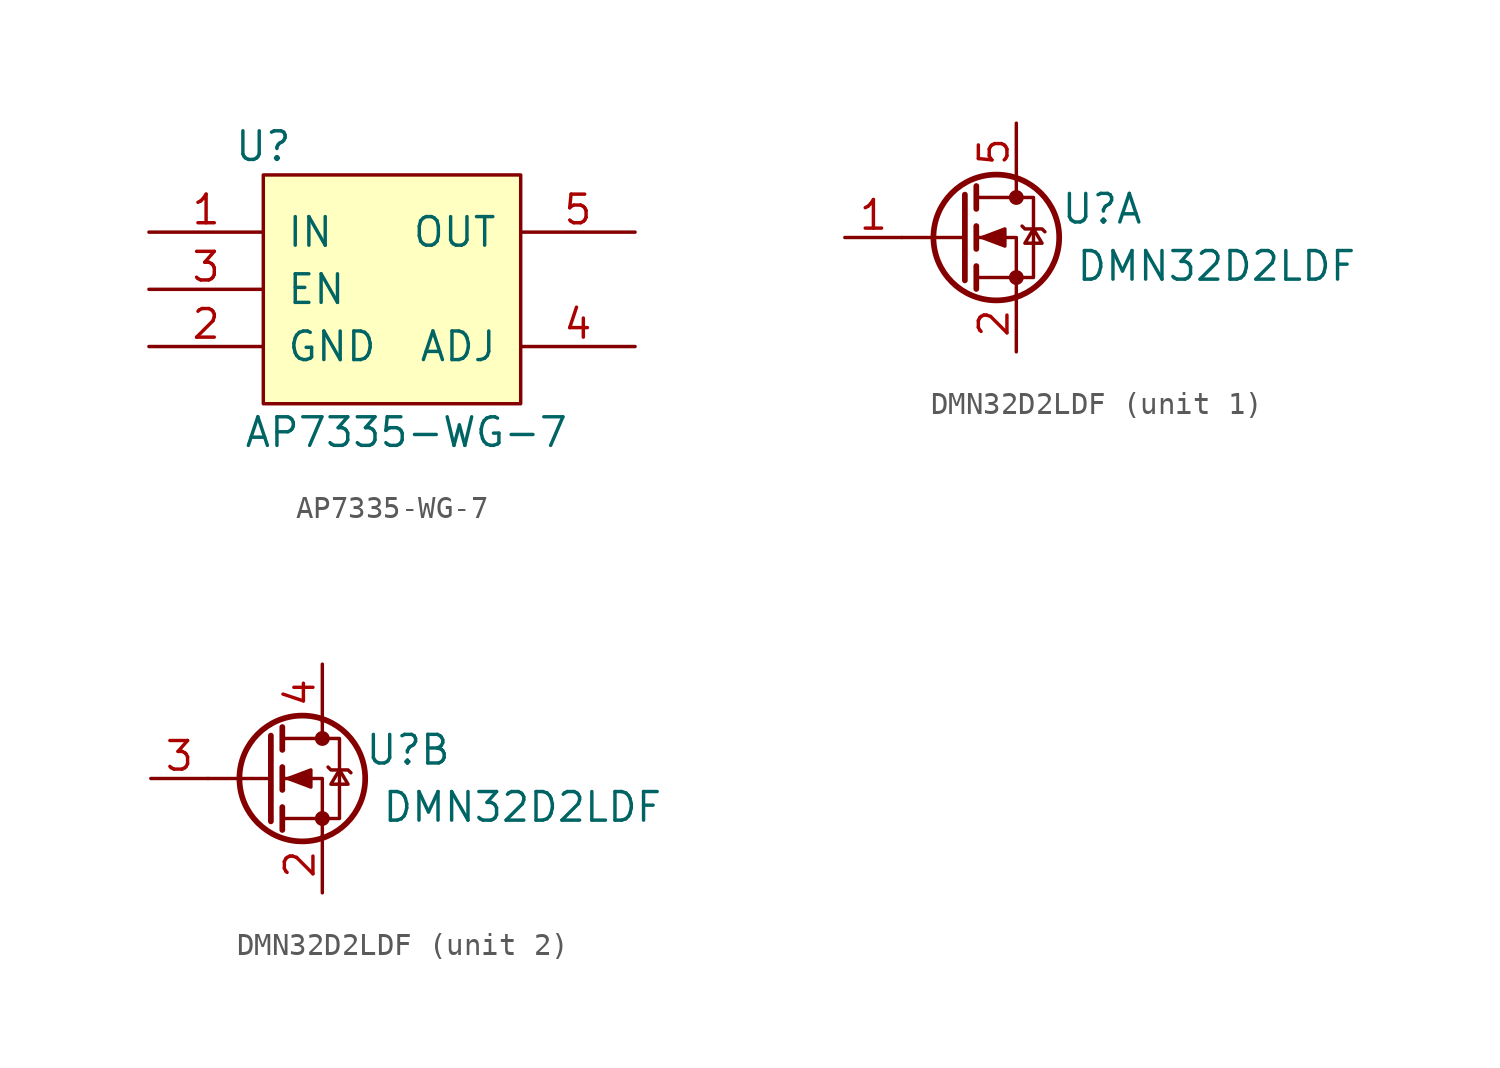
<source format=kicad_sym>
(kicad_symbol_lib
  (version 20211014)
  (generator kicad_symbol_editor)
  (symbol "AP7335-WG-7"
    (pin_names
      (offset 1.016))
    (property "Reference" "U"
      (at 0 1.27 0)
      (effects (font (size 1.27 1.27))))
    (property "Value" "AP7335-WG-7"
      (at 6.35 -11.43 0)
      (effects (font (size 1.27 1.27))))
    (symbol "AP7335-WG-7_0_1"
      (rectangle (start 0 -10.16) (end 11.43 0) (stroke (width 0) (type default) (color 0 0 0 0)) (fill (type background))))
    (symbol "AP7335-WG-7_1_1"
      (pin power_in line (at -5.08 -2.54 0) (length 5.08) (name "IN" (effects (font (size 1.27 1.27)))) (number "1" (effects (font (size 1.27 1.27)))))
      (pin power_in line (at -5.08 -7.62 0) (length 5.08) (name "GND" (effects (font (size 1.27 1.27)))) (number "2" (effects (font (size 1.27 1.27)))))
      (pin input line (at -5.08 -5.08 0) (length 5.08) (name "EN" (effects (font (size 1.27 1.27)))) (number "3" (effects (font (size 1.27 1.27)))))
      (pin input line (at 16.51 -7.62 180) (length 5.08) (name "ADJ" (effects (font (size 1.27 1.27)))) (number "4" (effects (font (size 1.27 1.27)))))
      (pin power_out line (at 16.51 -2.54 180) (length 5.08) (name "OUT" (effects (font (size 1.27 1.27)))) (number "5" (effects (font (size 1.27 1.27)))))))
  (symbol "DMN32D2LDF"
    (pin_names
      (offset 1.016) hide)
    (property "Reference" "U"
      (at 5.08 1.27 0)
      (effects (font (size 1.27 1.27))))
    (property "Value" "DMN32D2LDF"
      (at 10.16 -1.27 0)
      (effects (font (size 1.27 1.27))))
    (property "ki_locked" ""
      (at 0 0 0)
      (effects (font (size 1.27 1.27))))
    (symbol "DMN32D2LDF_0_1"
      (pin passive line (at 1.27 -5.08 90) (length 2.54) (name "S" (effects (font (size 1.27 1.27)))) (number "2" (effects (font (size 1.27 1.27))))))
    (symbol "DMN32D2LDF_1_1"
      (polyline (pts (xy -1.016 0) (xy -3.81 0)) (stroke (width 0) (type default) (color 0 0 0 0)) (fill (type none)))
      (polyline (pts (xy -1.016 1.905) (xy -1.016 -1.905)) (stroke (width 0.254) (type default) (color 0 0 0 0)) (fill (type none)))
      (polyline (pts (xy -0.508 -1.27) (xy -0.508 -2.286)) (stroke (width 0.254) (type default) (color 0 0 0 0)) (fill (type none)))
      (polyline (pts (xy -0.508 0.508) (xy -0.508 -0.508)) (stroke (width 0.254) (type default) (color 0 0 0 0)) (fill (type none)))
      (polyline (pts (xy -0.508 2.286) (xy -0.508 1.27)) (stroke (width 0.254) (type default) (color 0 0 0 0)) (fill (type none)))
      (polyline (pts (xy 1.27 2.54) (xy 1.27 1.778)) (stroke (width 0) (type default) (color 0 0 0 0)) (fill (type none)))
      (polyline (pts (xy 1.27 -2.54) (xy 1.27 0) (xy -0.508 0)) (stroke (width 0) (type default) (color 0 0 0 0)) (fill (type none)))
      (polyline (pts (xy -0.508 -1.778) (xy 2.032 -1.778) (xy 2.032 1.778) (xy -0.508 1.778)) (stroke (width 0) (type default) (color 0 0 0 0)) (fill (type none)))
      (polyline (pts (xy -0.254 0) (xy 0.762 0.381) (xy 0.762 -0.381) (xy -0.254 0)) (stroke (width 0) (type default) (color 0 0 0 0)) (fill (type outline)))
      (polyline (pts (xy 1.524 0.508) (xy 1.651 0.381) (xy 2.413 0.381) (xy 2.54 0.254)) (stroke (width 0) (type default) (color 0 0 0 0)) (fill (type none)))
      (polyline (pts (xy 2.032 0.381) (xy 1.651 -0.254) (xy 2.413 -0.254) (xy 2.032 0.381)) (stroke (width 0) (type default) (color 0 0 0 0)) (fill (type none)))
      (circle (center 0.381 0) (radius 2.794) (stroke (width 0.254) (type default) (color 0 0 0 0)) (fill (type none)))
      (circle (center 1.27 -1.778) (radius 0.254) (stroke (width 0) (type default) (color 0 0 0 0)) (fill (type outline)))
      (circle (center 1.27 1.778) (radius 0.254) (stroke (width 0) (type default) (color 0 0 0 0)) (fill (type outline)))
      (pin input line (at -6.35 0 0) (length 2.54) (name "G1" (effects (font (size 1.27 1.27)))) (number "1" (effects (font (size 1.27 1.27)))))
      (pin passive line (at 1.27 5.08 270) (length 2.54) (name "D1" (effects (font (size 1.27 1.27)))) (number "5" (effects (font (size 1.27 1.27))))))
    (symbol "DMN32D2LDF_2_1"
      (polyline (pts (xy -1.016 0) (xy -3.81 0)) (stroke (width 0) (type default) (color 0 0 0 0)) (fill (type none)))
      (polyline (pts (xy -1.016 1.905) (xy -1.016 -1.905)) (stroke (width 0.254) (type default) (color 0 0 0 0)) (fill (type none)))
      (polyline (pts (xy -0.508 -1.27) (xy -0.508 -2.286)) (stroke (width 0.254) (type default) (color 0 0 0 0)) (fill (type none)))
      (polyline (pts (xy -0.508 0.508) (xy -0.508 -0.508)) (stroke (width 0.254) (type default) (color 0 0 0 0)) (fill (type none)))
      (polyline (pts (xy -0.508 2.286) (xy -0.508 1.27)) (stroke (width 0.254) (type default) (color 0 0 0 0)) (fill (type none)))
      (polyline (pts (xy 1.27 2.54) (xy 1.27 1.778)) (stroke (width 0) (type default) (color 0 0 0 0)) (fill (type none)))
      (polyline (pts (xy 1.27 -2.54) (xy 1.27 0) (xy -0.508 0)) (stroke (width 0) (type default) (color 0 0 0 0)) (fill (type none)))
      (polyline (pts (xy -0.508 -1.778) (xy 2.032 -1.778) (xy 2.032 1.778) (xy -0.508 1.778)) (stroke (width 0) (type default) (color 0 0 0 0)) (fill (type none)))
      (polyline (pts (xy -0.254 0) (xy 0.762 0.381) (xy 0.762 -0.381) (xy -0.254 0)) (stroke (width 0) (type default) (color 0 0 0 0)) (fill (type outline)))
      (polyline (pts (xy 1.524 0.508) (xy 1.651 0.381) (xy 2.413 0.381) (xy 2.54 0.254)) (stroke (width 0) (type default) (color 0 0 0 0)) (fill (type none)))
      (polyline (pts (xy 2.032 0.381) (xy 1.651 -0.254) (xy 2.413 -0.254) (xy 2.032 0.381)) (stroke (width 0) (type default) (color 0 0 0 0)) (fill (type none)))
      (circle (center 0.381 0) (radius 2.794) (stroke (width 0.254) (type default) (color 0 0 0 0)) (fill (type none)))
      (circle (center 1.27 -1.778) (radius 0.254) (stroke (width 0) (type default) (color 0 0 0 0)) (fill (type outline)))
      (circle (center 1.27 1.778) (radius 0.254) (stroke (width 0) (type default) (color 0 0 0 0)) (fill (type outline)))
      (pin input line (at -6.35 0 0) (length 2.54) (name "G2" (effects (font (size 1.27 1.27)))) (number "3" (effects (font (size 1.27 1.27)))))
      (pin passive line (at 1.27 5.08 270) (length 2.54) (name "D2" (effects (font (size 1.27 1.27)))) (number "4" (effects (font (size 1.27 1.27))))))))
</source>
